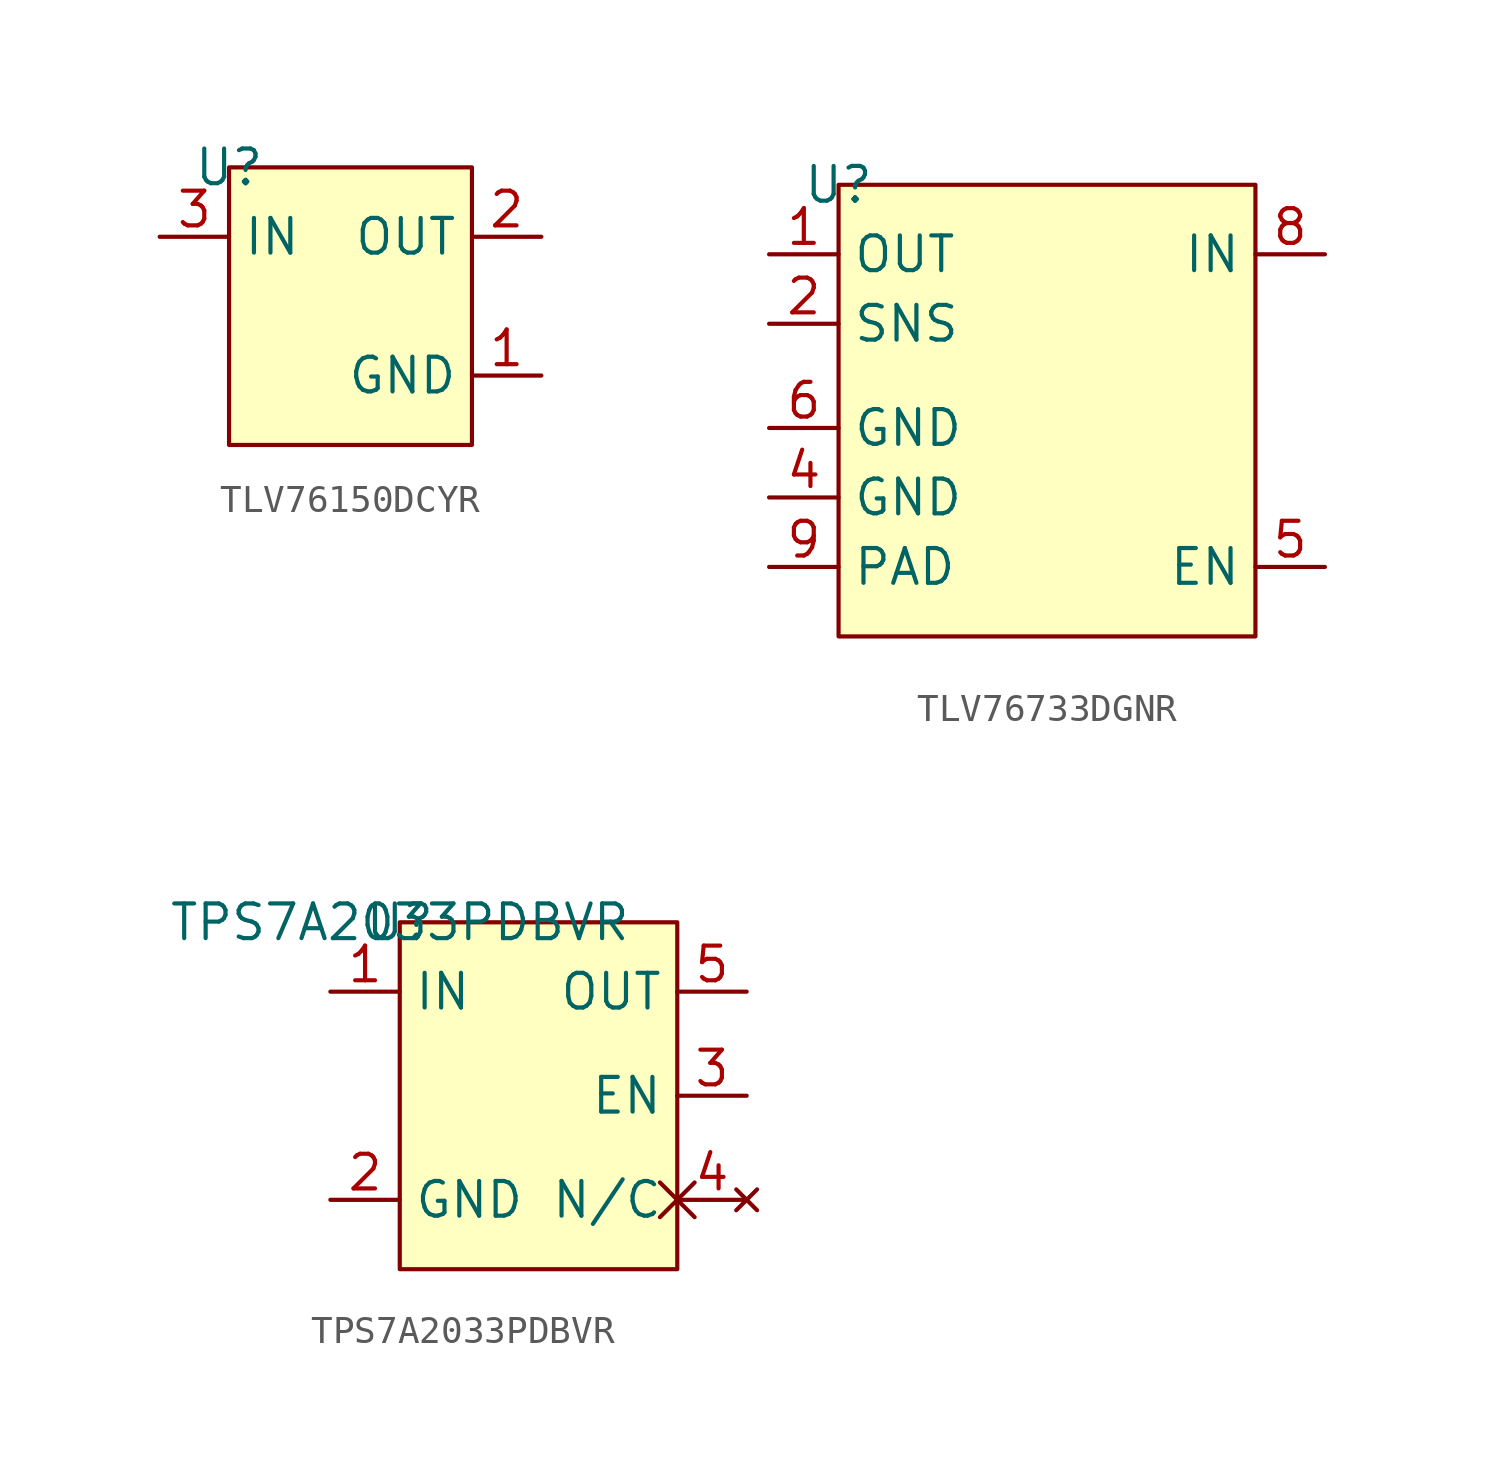
<source format=kicad_sym>
(kicad_symbol_lib
  (version 20220914)
  (generator kicad_symbol_editor)
  (symbol "TLV76150DCYR"
    (property "Reference" "U"
      (at 0 0 0)
      (effects (font (size 1.27 1.27))))
    (property "Value" ""
      (at 0 0 0)
      (effects (font (size 1.27 1.27))))
    (symbol "TLV76150DCYR_1_1"
      (rectangle (start 0 0) (end 8.89 -10.16) (stroke (width 0) (type default)) (fill (type background)))
      (pin power_in line (at 11.43 -7.62 180) (length 2.54) (name "GND" (effects (font (size 1.27 1.27)))) (number "1" (effects (font (size 1.27 1.27)))))
      (pin power_out line (at 11.43 -2.54 180) (length 2.54) (name "OUT" (effects (font (size 1.27 1.27)))) (number "2" (effects (font (size 1.27 1.27)))))
      (pin power_in line (at -2.54 -2.54 0) (length 2.54) (name "IN" (effects (font (size 1.27 1.27)))) (number "3" (effects (font (size 1.27 1.27)))))))
  (symbol "TLV76733DGNR"
    (property "Reference" "U"
      (at 0 0 0)
      (effects (font (size 1.27 1.27))))
    (property "Value" ""
      (at 0 0 0)
      (effects (font (size 1.27 1.27))))
    (symbol "TLV76733DGNR_1_1"
      (rectangle (start 0 0) (end 15.24 -16.51) (stroke (width 0) (type default)) (fill (type background)))
      (pin power_out line (at -2.54 -2.54 0) (length 2.54) (name "OUT" (effects (font (size 1.27 1.27)))) (number "1" (effects (font (size 1.27 1.27)))))
      (pin input line (at -2.54 -5.08 0) (length 2.54) (name "SNS" (effects (font (size 1.27 1.27)))) (number "2" (effects (font (size 1.27 1.27)))))
      (pin no_connect non_logic (at 17.78 -8.89 180) (length 2.54) hide (name "NC" (effects (font (size 1.27 1.27)))) (number "3" (effects (font (size 1.27 1.27)))))
      (pin power_in line (at -2.54 -11.43 0) (length 2.54) (name "GND" (effects (font (size 1.27 1.27)))) (number "4" (effects (font (size 1.27 1.27)))))
      (pin input line (at 17.78 -13.97 180) (length 2.54) (name "EN" (effects (font (size 1.27 1.27)))) (number "5" (effects (font (size 1.27 1.27)))))
      (pin power_in line (at -2.54 -8.89 0) (length 2.54) (name "GND" (effects (font (size 1.27 1.27)))) (number "6" (effects (font (size 1.27 1.27)))))
      (pin no_connect non_logic (at 17.78 -11.43 180) (length 2.54) hide (name "NC" (effects (font (size 1.27 1.27)))) (number "7" (effects (font (size 1.27 1.27)))))
      (pin power_in line (at 17.78 -2.54 180) (length 2.54) (name "IN" (effects (font (size 1.27 1.27)))) (number "8" (effects (font (size 1.27 1.27)))))
      (pin power_in line (at -2.54 -13.97 0) (length 2.54) (name "PAD" (effects (font (size 1.27 1.27)))) (number "9" (effects (font (size 1.27 1.27)))))))
  (symbol "TPS7A2033PDBVR"
    (property "Reference" "U"
      (at 0 0 0)
      (effects (font (size 1.27 1.27))))
    (property "Value" "TPS7A2033PDBVR"
      (at 0 0 0)
      (effects (font (size 1.27 1.27))))
    (symbol "TPS7A2033PDBVR_1_0"
      (pin input line (at 12.7 -6.35 180) (length 2.54) (name "EN" (effects (font (size 1.27 1.27)))) (number "3" (effects (font (size 1.27 1.27)))))
      (pin power_out line (at 12.7 -2.54 180) (length 2.54) (name "OUT" (effects (font (size 1.27 1.27)))) (number "5" (effects (font (size 1.27 1.27))))))
    (symbol "TPS7A2033PDBVR_1_1"
      (rectangle (start 0 0) (end 10.16 -12.7) (stroke (width 0) (type default)) (fill (type background)))
      (pin power_in line (at -2.54 -2.54 0) (length 2.54) (name "IN" (effects (font (size 1.27 1.27)))) (number "1" (effects (font (size 1.27 1.27)))))
      (pin power_in line (at -2.54 -10.16 0) (length 2.54) (name "GND" (effects (font (size 1.27 1.27)))) (number "2" (effects (font (size 1.27 1.27)))))
      (pin no_connect non_logic (at 12.7 -10.16 180) (length 2.54) (name "N/C" (effects (font (size 1.27 1.27)))) (number "4" (effects (font (size 1.27 1.27))))))))
</source>
